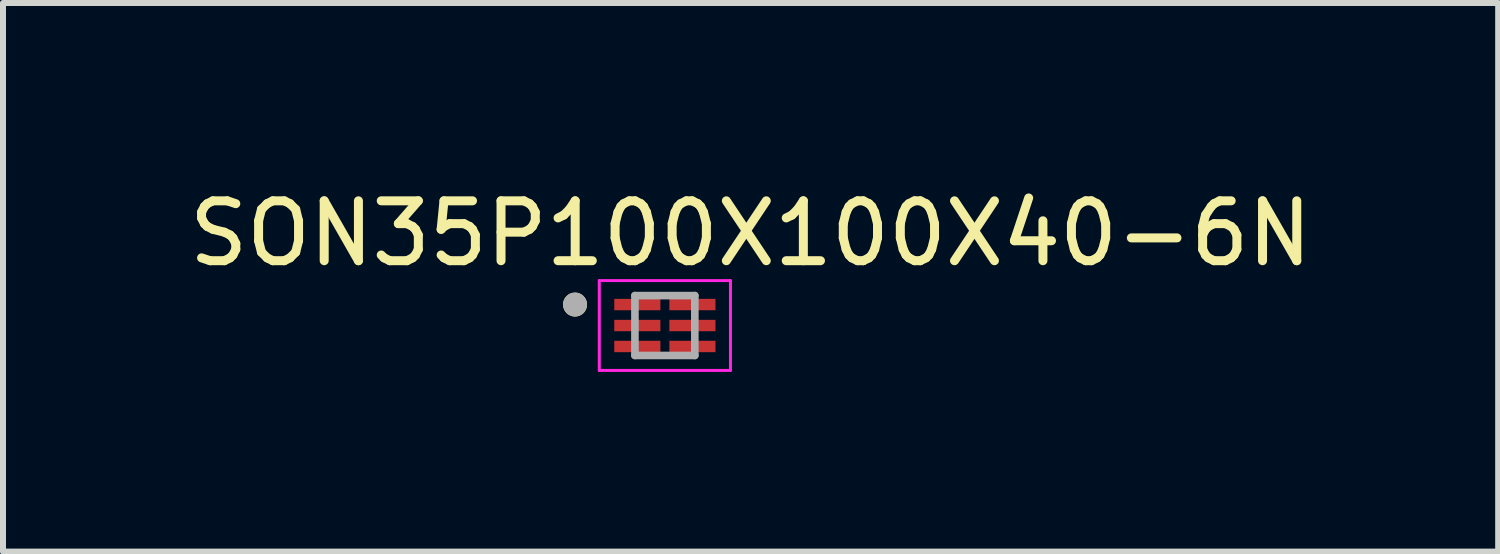
<source format=kicad_pcb>
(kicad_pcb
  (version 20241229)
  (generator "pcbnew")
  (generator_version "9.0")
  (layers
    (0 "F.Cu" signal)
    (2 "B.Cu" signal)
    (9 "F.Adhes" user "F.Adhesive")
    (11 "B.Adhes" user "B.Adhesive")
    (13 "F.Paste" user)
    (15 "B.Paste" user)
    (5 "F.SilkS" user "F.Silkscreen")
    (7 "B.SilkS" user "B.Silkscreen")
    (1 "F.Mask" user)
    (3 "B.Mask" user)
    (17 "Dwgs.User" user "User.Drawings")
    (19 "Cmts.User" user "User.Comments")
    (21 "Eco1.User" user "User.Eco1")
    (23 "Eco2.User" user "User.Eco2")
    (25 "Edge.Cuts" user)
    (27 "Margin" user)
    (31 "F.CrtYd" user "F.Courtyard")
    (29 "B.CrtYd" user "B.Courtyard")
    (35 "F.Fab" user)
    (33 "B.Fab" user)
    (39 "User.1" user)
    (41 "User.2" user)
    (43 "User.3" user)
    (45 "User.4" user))
  (footprint "SON35P100X100X40-6N"
    (layer "F.Cu")
    (at 8.051 2.385)
    (property "Reference" "SON35P100X100X40-6N" (at 1.431 -1.537 0) (layer "F.SilkS") (effects (font (size 1 1) (thickness 0.15))))
    (attr smd)
    (fp_poly (pts (xy -0.895 -0.495) (xy -0.025 -0.495) (xy -0.025 -0.205) (xy -0.895 -0.205)) (stroke (width 0.01) (type solid)) (fill yes) (layer "F.Mask"))
    (fp_poly (pts (xy -0.895 -0.145) (xy -0.025 -0.145) (xy -0.025 0.145) (xy -0.895 0.145)) (stroke (width 0.01) (type solid)) (fill yes) (layer "F.Mask"))
    (fp_poly (pts (xy -0.895 0.205) (xy -0.025 0.205) (xy -0.025 0.495) (xy -0.895 0.495)) (stroke (width 0.01) (type solid)) (fill yes) (layer "F.Mask"))
    (fp_poly (pts (xy 0.025 -0.495) (xy 0.895 -0.495) (xy 0.895 -0.205) (xy 0.025 -0.205)) (stroke (width 0.01) (type solid)) (fill yes) (layer "F.Mask"))
    (fp_poly (pts (xy 0.025 -0.145) (xy 0.895 -0.145) (xy 0.895 0.145) (xy 0.025 0.145)) (stroke (width 0.01) (type solid)) (fill yes) (layer "F.Mask"))
    (fp_poly (pts (xy 0.025 0.205) (xy 0.895 0.205) (xy 0.895 0.495) (xy 0.025 0.495)) (stroke (width 0.01) (type solid)) (fill yes) (layer "F.Mask"))
    (fp_circle (center -1.5 -0.35) (end -1.4 -0.35) (stroke (width 0.2) (type solid)) (fill no) (layer "F.SilkS"))
    (fp_line (start -1.095 -0.75) (end 1.095 -0.75) (stroke (width 0.05) (type solid)) (layer "F.CrtYd"))
    (fp_line (start -1.095 0.75) (end -1.095 -0.75) (stroke (width 0.05) (type solid)) (layer "F.CrtYd"))
    (fp_line (start 1.095 -0.75) (end 1.095 0.75) (stroke (width 0.05) (type solid)) (layer "F.CrtYd"))
    (fp_line (start 1.095 0.75) (end -1.095 0.75) (stroke (width 0.05) (type solid)) (layer "F.CrtYd"))
    (fp_line (start -0.5 -0.5) (end -0.5 0.5) (stroke (width 0.127) (type solid)) (layer "F.Fab"))
    (fp_line (start -0.5 0.5) (end 0.5 0.5) (stroke (width 0.127) (type solid)) (layer "F.Fab"))
    (fp_line (start 0.5 -0.5) (end -0.5 -0.5) (stroke (width 0.127) (type solid)) (layer "F.Fab"))
    (fp_line (start 0.5 0.5) (end 0.5 -0.5) (stroke (width 0.127) (type solid)) (layer "F.Fab"))
    (fp_circle (center -1.5 -0.35) (end -1.4 -0.35) (stroke (width 0.2) (type solid)) (fill no) (layer "F.Fab"))
    (pad "1" smd rect (at -0.46 -0.35) (size 0.77 0.19) (layers "F.Cu" "F.Paste"))
    (pad "2" smd rect (at -0.46 0) (size 0.77 0.19) (layers "F.Cu" "F.Paste"))
    (pad "3" smd rect (at -0.46 0.35) (size 0.77 0.19) (layers "F.Cu" "F.Paste"))
    (pad "4" smd rect (at 0.46 0.35) (size 0.77 0.19) (layers "F.Cu" "F.Paste"))
    (pad "5" smd rect (at 0.46 0) (size 0.77 0.19) (layers "F.Cu" "F.Paste"))
    (pad "6" smd rect (at 0.46 -0.35) (size 0.77 0.19) (layers "F.Cu" "F.Paste")))
  (gr_rect
    (start -3 -3)
    (end 21.964 6.16)
    (stroke (width 0.1) (type default))
    (fill no)
    (layer "Edge.Cuts")))
</source>
